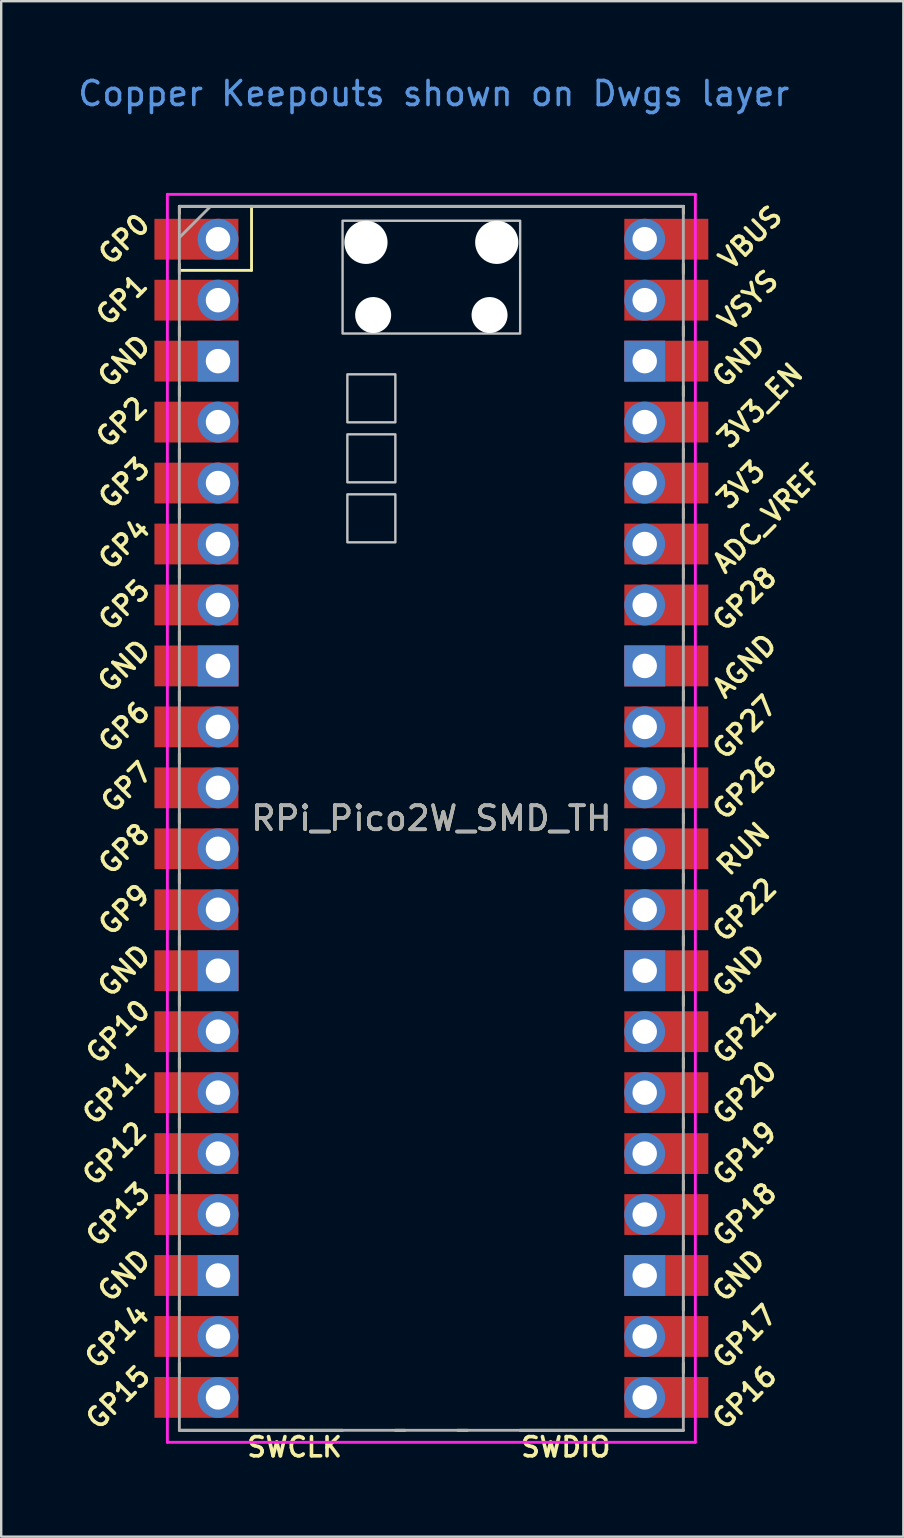
<source format=kicad_pcb>
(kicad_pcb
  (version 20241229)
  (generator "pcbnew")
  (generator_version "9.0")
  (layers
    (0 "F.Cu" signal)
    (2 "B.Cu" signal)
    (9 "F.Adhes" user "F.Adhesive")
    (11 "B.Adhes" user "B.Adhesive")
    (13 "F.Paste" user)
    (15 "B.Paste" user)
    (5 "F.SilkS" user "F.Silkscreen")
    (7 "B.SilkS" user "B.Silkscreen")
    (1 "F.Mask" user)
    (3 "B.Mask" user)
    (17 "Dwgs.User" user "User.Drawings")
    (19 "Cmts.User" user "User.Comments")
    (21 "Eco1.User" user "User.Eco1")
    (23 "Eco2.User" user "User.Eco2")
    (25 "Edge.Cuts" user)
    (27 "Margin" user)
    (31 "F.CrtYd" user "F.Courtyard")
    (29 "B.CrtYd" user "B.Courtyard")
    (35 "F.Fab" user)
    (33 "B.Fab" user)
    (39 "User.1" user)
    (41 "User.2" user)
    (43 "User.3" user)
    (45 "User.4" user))
  (footprint "RPi_Pico2W_SMD_TH"
    (layer "F.Cu")
    (at 14.924 31.048)
    (property "Reference" "RPi_Pico2W_SMD_TH" (at 0 0 0) (layer "F.SilkS") (effects (font (size 1 1) (thickness 0.15))))
    (attr through_hole)
    (fp_line (start -10.5 -25.5) (end -10.5 -25.2) (stroke (width 0.12) (type solid)) (layer "F.SilkS"))
    (fp_line (start -10.5 -25.5) (end 10.5 -25.5) (stroke (width 0.12) (type solid)) (layer "F.SilkS"))
    (fp_line (start -10.5 -23.1) (end -10.5 -22.7) (stroke (width 0.12) (type solid)) (layer "F.SilkS"))
    (fp_line (start -10.5 -22.833) (end -7.493 -22.833) (stroke (width 0.12) (type solid)) (layer "F.SilkS"))
    (fp_line (start -10.5 -20.5) (end -10.5 -20.1) (stroke (width 0.12) (type solid)) (layer "F.SilkS"))
    (fp_line (start -10.5 -18) (end -10.5 -17.6) (stroke (width 0.12) (type solid)) (layer "F.SilkS"))
    (fp_line (start -10.5 -15.4) (end -10.5 -15) (stroke (width 0.12) (type solid)) (layer "F.SilkS"))
    (fp_line (start -10.5 -12.9) (end -10.5 -12.5) (stroke (width 0.12) (type solid)) (layer "F.SilkS"))
    (fp_line (start -10.5 -10.4) (end -10.5 -10) (stroke (width 0.12) (type solid)) (layer "F.SilkS"))
    (fp_line (start -10.5 -7.8) (end -10.5 -7.4) (stroke (width 0.12) (type solid)) (layer "F.SilkS"))
    (fp_line (start -10.5 -5.3) (end -10.5 -4.9) (stroke (width 0.12) (type solid)) (layer "F.SilkS"))
    (fp_line (start -10.5 -2.7) (end -10.5 -2.3) (stroke (width 0.12) (type solid)) (layer "F.SilkS"))
    (fp_line (start -10.5 -0.2) (end -10.5 0.2) (stroke (width 0.12) (type solid)) (layer "F.SilkS"))
    (fp_line (start -10.5 2.3) (end -10.5 2.7) (stroke (width 0.12) (type solid)) (layer "F.SilkS"))
    (fp_line (start -10.5 4.9) (end -10.5 5.3) (stroke (width 0.12) (type solid)) (layer "F.SilkS"))
    (fp_line (start -10.5 7.4) (end -10.5 7.8) (stroke (width 0.12) (type solid)) (layer "F.SilkS"))
    (fp_line (start -10.5 10) (end -10.5 10.4) (stroke (width 0.12) (type solid)) (layer "F.SilkS"))
    (fp_line (start -10.5 12.5) (end -10.5 12.9) (stroke (width 0.12) (type solid)) (layer "F.SilkS"))
    (fp_line (start -10.5 15.1) (end -10.5 15.5) (stroke (width 0.12) (type solid)) (layer "F.SilkS"))
    (fp_line (start -10.5 17.6) (end -10.5 18) (stroke (width 0.12) (type solid)) (layer "F.SilkS"))
    (fp_line (start -10.5 20.1) (end -10.5 20.5) (stroke (width 0.12) (type solid)) (layer "F.SilkS"))
    (fp_line (start -10.5 22.7) (end -10.5 23.1) (stroke (width 0.12) (type solid)) (layer "F.SilkS"))
    (fp_line (start -7.493 -22.833) (end -7.493 -25.5) (stroke (width 0.12) (type solid)) (layer "F.SilkS"))
    (fp_line (start -3.7 25.5) (end -10.5 25.5) (stroke (width 0.12) (type solid)) (layer "F.SilkS"))
    (fp_line (start -1.5 25.5) (end -1.1 25.5) (stroke (width 0.12) (type solid)) (layer "F.SilkS"))
    (fp_line (start 1.1 25.5) (end 1.5 25.5) (stroke (width 0.12) (type solid)) (layer "F.SilkS"))
    (fp_line (start 10.5 -25.5) (end 10.5 -25.2) (stroke (width 0.12) (type solid)) (layer "F.SilkS"))
    (fp_line (start 10.5 -23.1) (end 10.5 -22.7) (stroke (width 0.12) (type solid)) (layer "F.SilkS"))
    (fp_line (start 10.5 -20.5) (end 10.5 -20.1) (stroke (width 0.12) (type solid)) (layer "F.SilkS"))
    (fp_line (start 10.5 -18) (end 10.5 -17.6) (stroke (width 0.12) (type solid)) (layer "F.SilkS"))
    (fp_line (start 10.5 -15.4) (end 10.5 -15) (stroke (width 0.12) (type solid)) (layer "F.SilkS"))
    (fp_line (start 10.5 -12.9) (end 10.5 -12.5) (stroke (width 0.12) (type solid)) (layer "F.SilkS"))
    (fp_line (start 10.5 -10.4) (end 10.5 -10) (stroke (width 0.12) (type solid)) (layer "F.SilkS"))
    (fp_line (start 10.5 -7.8) (end 10.5 -7.4) (stroke (width 0.12) (type solid)) (layer "F.SilkS"))
    (fp_line (start 10.5 -5.3) (end 10.5 -4.9) (stroke (width 0.12) (type solid)) (layer "F.SilkS"))
    (fp_line (start 10.5 -2.7) (end 10.5 -2.3) (stroke (width 0.12) (type solid)) (layer "F.SilkS"))
    (fp_line (start 10.5 -0.2) (end 10.5 0.2) (stroke (width 0.12) (type solid)) (layer "F.SilkS"))
    (fp_line (start 10.5 2.3) (end 10.5 2.7) (stroke (width 0.12) (type solid)) (layer "F.SilkS"))
    (fp_line (start 10.5 4.9) (end 10.5 5.3) (stroke (width 0.12) (type solid)) (layer "F.SilkS"))
    (fp_line (start 10.5 7.4) (end 10.5 7.8) (stroke (width 0.12) (type solid)) (layer "F.SilkS"))
    (fp_line (start 10.5 10) (end 10.5 10.4) (stroke (width 0.12) (type solid)) (layer "F.SilkS"))
    (fp_line (start 10.5 12.5) (end 10.5 12.9) (stroke (width 0.12) (type solid)) (layer "F.SilkS"))
    (fp_line (start 10.5 15.1) (end 10.5 15.5) (stroke (width 0.12) (type solid)) (layer "F.SilkS"))
    (fp_line (start 10.5 17.6) (end 10.5 18) (stroke (width 0.12) (type solid)) (layer "F.SilkS"))
    (fp_line (start 10.5 20.1) (end 10.5 20.5) (stroke (width 0.12) (type solid)) (layer "F.SilkS"))
    (fp_line (start 10.5 22.7) (end 10.5 23.1) (stroke (width 0.12) (type solid)) (layer "F.SilkS"))
    (fp_line (start 10.5 25.5) (end 3.7 25.5) (stroke (width 0.12) (type solid)) (layer "F.SilkS"))
    (fp_poly (pts (xy -1.5 -16.5) (xy -3.5 -16.5) (xy -3.5 -18.5) (xy -1.5 -18.5)) (stroke (width 0.1) (type solid)) (fill no) (layer "Dwgs.User"))
    (fp_poly (pts (xy -1.5 -14) (xy -3.5 -14) (xy -3.5 -16) (xy -1.5 -16)) (stroke (width 0.1) (type solid)) (fill no) (layer "Dwgs.User"))
    (fp_poly (pts (xy -1.5 -11.5) (xy -3.5 -11.5) (xy -3.5 -13.5) (xy -1.5 -13.5)) (stroke (width 0.1) (type solid)) (fill no) (layer "Dwgs.User"))
    (fp_poly (pts (xy 3.7 -20.2) (xy -3.7 -20.2) (xy -3.7 -24.9) (xy 3.7 -24.9)) (stroke (width 0.1) (type solid)) (fill no) (layer "Dwgs.User"))
    (fp_line (start -11 -26) (end 11 -26) (stroke (width 0.12) (type solid)) (layer "F.CrtYd"))
    (fp_line (start -11 26) (end -11 -26) (stroke (width 0.12) (type solid)) (layer "F.CrtYd"))
    (fp_line (start 11 -26) (end 11 26) (stroke (width 0.12) (type solid)) (layer "F.CrtYd"))
    (fp_line (start 11 26) (end -11 26) (stroke (width 0.12) (type solid)) (layer "F.CrtYd"))
    (fp_line (start -10.5 -25.5) (end 10.5 -25.5) (stroke (width 0.12) (type solid)) (layer "F.Fab"))
    (fp_line (start -10.5 -24.2) (end -9.2 -25.5) (stroke (width 0.12) (type solid)) (layer "F.Fab"))
    (fp_line (start -10.5 25.5) (end -10.5 -25.5) (stroke (width 0.12) (type solid)) (layer "F.Fab"))
    (fp_line (start 10.5 -25.5) (end 10.5 25.5) (stroke (width 0.12) (type solid)) (layer "F.Fab"))
    (fp_line (start 10.5 25.5) (end -10.5 25.5) (stroke (width 0.12) (type solid)) (layer "F.Fab"))
    (fp_text user "GP11" (at -13.2 11.43 45) (layer "F.SilkS") (effects (font (size 0.8 0.8) (thickness 0.15))))
    (fp_text user "GP3" (at -12.8 -13.97 45) (layer "F.SilkS") (effects (font (size 0.8 0.8) (thickness 0.15))))
    (fp_text user "GP5" (at -12.8 -8.89 45) (layer "F.SilkS") (effects (font (size 0.8 0.8) (thickness 0.15))))
    (fp_text user "GP15" (at -13.054 24.13 45) (layer "F.SilkS") (effects (font (size 0.8 0.8) (thickness 0.15))))
    (fp_text user "SWDIO" (at 5.6 26.2 0) (layer "F.SilkS") (effects (font (size 0.8 0.8) (thickness 0.15))))
    (fp_text user "GP0" (at -12.8 -24.13 45) (layer "F.SilkS") (effects (font (size 0.8 0.8) (thickness 0.15))))
    (fp_text user "GND" (at 12.8 6.35 45) (layer "F.SilkS") (effects (font (size 0.8 0.8) (thickness 0.15))))
    (fp_text user "GND" (at -12.8 6.35 45) (layer "F.SilkS") (effects (font (size 0.8 0.8) (thickness 0.15))))
    (fp_text user "GP13" (at -13.054 16.51 45) (layer "F.SilkS") (effects (font (size 0.8 0.8) (thickness 0.15))))
    (fp_text user "GND" (at -12.8 19.05 45) (layer "F.SilkS") (effects (font (size 0.8 0.8) (thickness 0.15))))
    (fp_text user "GP28" (at 13.054 -9.144 45) (layer "F.SilkS") (effects (font (size 0.8 0.8) (thickness 0.15))))
    (fp_text user "GP9" (at -12.8 3.81 45) (layer "F.SilkS") (effects (font (size 0.8 0.8) (thickness 0.15))))
    (fp_text user "3V3" (at 12.9 -13.9 45) (layer "F.SilkS") (effects (font (size 0.8 0.8) (thickness 0.15))))
    (fp_text user "RUN" (at 13 1.27 45) (layer "F.SilkS") (effects (font (size 0.8 0.8) (thickness 0.15))))
    (fp_text user "GP19" (at 13.054 13.97 45) (layer "F.SilkS") (effects (font (size 0.8 0.8) (thickness 0.15))))
    (fp_text user "SWCLK" (at -5.7 26.2 0) (layer "F.SilkS") (effects (font (size 0.8 0.8) (thickness 0.15))))
    (fp_text user "GP26" (at 13.054 -1.27 45) (layer "F.SilkS") (effects (font (size 0.8 0.8) (thickness 0.15))))
    (fp_text user "GP6" (at -12.8 -3.81 45) (layer "F.SilkS") (effects (font (size 0.8 0.8) (thickness 0.15))))
    (fp_text user "GP8" (at -12.8 1.27 45) (layer "F.SilkS") (effects (font (size 0.8 0.8) (thickness 0.15))))
    (fp_text user "GND" (at -12.8 -6.35 45) (layer "F.SilkS") (effects (font (size 0.8 0.8) (thickness 0.15))))
    (fp_text user "GP1" (at -12.9 -21.6 45) (layer "F.SilkS") (effects (font (size 0.8 0.8) (thickness 0.15))))
    (fp_text user "GP10" (at -13.054 8.89 45) (layer "F.SilkS") (effects (font (size 0.8 0.8) (thickness 0.15))))
    (fp_text user "3V3_EN" (at 13.7 -17.2 45) (layer "F.SilkS") (effects (font (size 0.8 0.8) (thickness 0.15))))
    (fp_text user "ADC_VREF" (at 14 -12.5 45) (layer "F.SilkS") (effects (font (size 0.8 0.8) (thickness 0.15))))
    (fp_text user "GP17" (at 13.054 21.59 45) (layer "F.SilkS") (effects (font (size 0.8 0.8) (thickness 0.15))))
    (fp_text user "GP18" (at 13.054 16.51 45) (layer "F.SilkS") (effects (font (size 0.8 0.8) (thickness 0.15))))
    (fp_text user "GP21" (at 13.054 8.9 45) (layer "F.SilkS") (effects (font (size 0.8 0.8) (thickness 0.15))))
    (fp_text user "GP2" (at -12.9 -16.51 45) (layer "F.SilkS") (effects (font (size 0.8 0.8) (thickness 0.15))))
    (fp_text user "GP22" (at 13.054 3.81 45) (layer "F.SilkS") (effects (font (size 0.8 0.8) (thickness 0.15))))
    (fp_text user "VSYS" (at 13.2 -21.59 45) (layer "F.SilkS") (effects (font (size 0.8 0.8) (thickness 0.15))))
    (fp_text user "GP12" (at -13.2 13.97 45) (layer "F.SilkS") (effects (font (size 0.8 0.8) (thickness 0.15))))
    (fp_text user "GP7" (at -12.7 -1.3 45) (layer "F.SilkS") (effects (font (size 0.8 0.8) (thickness 0.15))))
    (fp_text user "GP16" (at 13.054 24.13 45) (layer "F.SilkS") (effects (font (size 0.8 0.8) (thickness 0.15))))
    (fp_text user "AGND" (at 13.054 -6.35 45) (layer "F.SilkS") (effects (font (size 0.8 0.8) (thickness 0.15))))
    (fp_text user "VBUS" (at 13.3 -24.2 45) (layer "F.SilkS") (effects (font (size 0.8 0.8) (thickness 0.15))))
    (fp_text user "GP20" (at 13.054 11.43 45) (layer "F.SilkS") (effects (font (size 0.8 0.8) (thickness 0.15))))
    (fp_text user "GND" (at -12.8 -19.05 45) (layer "F.SilkS") (effects (font (size 0.8 0.8) (thickness 0.15))))
    (fp_text user "GND" (at 12.8 -19.05 45) (layer "F.SilkS") (effects (font (size 0.8 0.8) (thickness 0.15))))
    (fp_text user "GP27" (at 13.054 -3.8 45) (layer "F.SilkS") (effects (font (size 0.8 0.8) (thickness 0.15))))
    (fp_text user "GP14" (at -13.1 21.59 45) (layer "F.SilkS") (effects (font (size 0.8 0.8) (thickness 0.15))))
    (fp_text user "GND" (at 12.8 19.05 45) (layer "F.SilkS") (effects (font (size 0.8 0.8) (thickness 0.15))))
    (fp_text user "GP4" (at -12.8 -11.43 45) (layer "F.SilkS") (effects (font (size 0.8 0.8) (thickness 0.15))))
    (fp_text user "Copper Keepouts shown on Dwgs layer" (at 0.1 -30.2 0) (layer "Cmts.User") (effects (font (size 1 1) (thickness 0.15))))
    (fp_text user "${REFERENCE}" (at 0 0 180) (layer "F.Fab") (effects (font (size 1 1) (thickness 0.15))))
    (pad "" np_thru_hole oval (at -2.725 -24) (size 1.8 1.8) (drill 1.8) (layers "*.Cu" "*.Mask"))
    (pad "" np_thru_hole oval (at -2.425 -20.97) (size 1.5 1.5) (drill 1.5) (layers "*.Cu" "*.Mask"))
    (pad "" np_thru_hole oval (at 2.425 -20.97) (size 1.5 1.5) (drill 1.5) (layers "*.Cu" "*.Mask"))
    (pad "" np_thru_hole oval (at 2.725 -24) (size 1.8 1.8) (drill 1.8) (layers "*.Cu" "*.Mask"))
    (pad "1" thru_hole oval (at -8.89 -24.13) (size 1.7 1.7) (drill 1.02) (layers "*.Cu" "*.Mask"))
    (pad "1" smd rect (at -8.89 -24.13) (size 3.5 1.7) (drill (offset -0.9 0)) (layers "F.Cu" "F.Mask"))
    (pad "2" thru_hole oval (at -8.89 -21.59) (size 1.7 1.7) (drill 1.02) (layers "*.Cu" "*.Mask"))
    (pad "2" smd rect (at -8.89 -21.59) (size 3.5 1.7) (drill (offset -0.9 0)) (layers "F.Cu" "F.Mask"))
    (pad "3" thru_hole rect (at -8.89 -19.05) (size 1.7 1.7) (drill 1.02) (layers "*.Cu" "*.Mask"))
    (pad "3" smd rect (at -8.89 -19.05) (size 3.5 1.7) (drill (offset -0.9 0)) (layers "F.Cu" "F.Mask"))
    (pad "4" thru_hole oval (at -8.89 -16.51) (size 1.7 1.7) (drill 1.02) (layers "*.Cu" "*.Mask"))
    (pad "4" smd rect (at -8.89 -16.51) (size 3.5 1.7) (drill (offset -0.9 0)) (layers "F.Cu" "F.Mask"))
    (pad "5" thru_hole oval (at -8.89 -13.97) (size 1.7 1.7) (drill 1.02) (layers "*.Cu" "*.Mask"))
    (pad "5" smd rect (at -8.89 -13.97) (size 3.5 1.7) (drill (offset -0.9 0)) (layers "F.Cu" "F.Mask"))
    (pad "6" thru_hole oval (at -8.89 -11.43) (size 1.7 1.7) (drill 1.02) (layers "*.Cu" "*.Mask"))
    (pad "6" smd rect (at -8.89 -11.43) (size 3.5 1.7) (drill (offset -0.9 0)) (layers "F.Cu" "F.Mask"))
    (pad "7" thru_hole oval (at -8.89 -8.89) (size 1.7 1.7) (drill 1.02) (layers "*.Cu" "*.Mask"))
    (pad "7" smd rect (at -8.89 -8.89) (size 3.5 1.7) (drill (offset -0.9 0)) (layers "F.Cu" "F.Mask"))
    (pad "8" thru_hole rect (at -8.89 -6.35) (size 1.7 1.7) (drill 1.02) (layers "*.Cu" "*.Mask"))
    (pad "8" smd rect (at -8.89 -6.35) (size 3.5 1.7) (drill (offset -0.9 0)) (layers "F.Cu" "F.Mask"))
    (pad "9" thru_hole oval (at -8.89 -3.81) (size 1.7 1.7) (drill 1.02) (layers "*.Cu" "*.Mask"))
    (pad "9" smd rect (at -8.89 -3.81) (size 3.5 1.7) (drill (offset -0.9 0)) (layers "F.Cu" "F.Mask"))
    (pad "10" thru_hole oval (at -8.89 -1.27) (size 1.7 1.7) (drill 1.02) (layers "*.Cu" "*.Mask"))
    (pad "10" smd rect (at -8.89 -1.27) (size 3.5 1.7) (drill (offset -0.9 0)) (layers "F.Cu" "F.Mask"))
    (pad "11" thru_hole oval (at -8.89 1.27) (size 1.7 1.7) (drill 1.02) (layers "*.Cu" "*.Mask"))
    (pad "11" smd rect (at -8.89 1.27) (size 3.5 1.7) (drill (offset -0.9 0)) (layers "F.Cu" "F.Mask"))
    (pad "12" thru_hole oval (at -8.89 3.81) (size 1.7 1.7) (drill 1.02) (layers "*.Cu" "*.Mask"))
    (pad "12" smd rect (at -8.89 3.81) (size 3.5 1.7) (drill (offset -0.9 0)) (layers "F.Cu" "F.Mask"))
    (pad "13" thru_hole rect (at -8.89 6.35) (size 1.7 1.7) (drill 1.02) (layers "*.Cu" "*.Mask"))
    (pad "13" smd rect (at -8.89 6.35) (size 3.5 1.7) (drill (offset -0.9 0)) (layers "F.Cu" "F.Mask"))
    (pad "14" thru_hole oval (at -8.89 8.89) (size 1.7 1.7) (drill 1.02) (layers "*.Cu" "*.Mask"))
    (pad "14" smd rect (at -8.89 8.89) (size 3.5 1.7) (drill (offset -0.9 0)) (layers "F.Cu" "F.Mask"))
    (pad "15" thru_hole oval (at -8.89 11.43) (size 1.7 1.7) (drill 1.02) (layers "*.Cu" "*.Mask"))
    (pad "15" smd rect (at -8.89 11.43) (size 3.5 1.7) (drill (offset -0.9 0)) (layers "F.Cu" "F.Mask"))
    (pad "16" thru_hole oval (at -8.89 13.97) (size 1.7 1.7) (drill 1.02) (layers "*.Cu" "*.Mask"))
    (pad "16" smd rect (at -8.89 13.97) (size 3.5 1.7) (drill (offset -0.9 0)) (layers "F.Cu" "F.Mask"))
    (pad "17" thru_hole oval (at -8.89 16.51) (size 1.7 1.7) (drill 1.02) (layers "*.Cu" "*.Mask"))
    (pad "17" smd rect (at -8.89 16.51) (size 3.5 1.7) (drill (offset -0.9 0)) (layers "F.Cu" "F.Mask"))
    (pad "18" thru_hole rect (at -8.89 19.05) (size 1.7 1.7) (drill 1.02) (layers "*.Cu" "*.Mask"))
    (pad "18" smd rect (at -8.89 19.05) (size 3.5 1.7) (drill (offset -0.9 0)) (layers "F.Cu" "F.Mask"))
    (pad "19" thru_hole oval (at -8.89 21.59) (size 1.7 1.7) (drill 1.02) (layers "*.Cu" "*.Mask"))
    (pad "19" smd rect (at -8.89 21.59) (size 3.5 1.7) (drill (offset -0.9 0)) (layers "F.Cu" "F.Mask"))
    (pad "20" thru_hole oval (at -8.89 24.13) (size 1.7 1.7) (drill 1.02) (layers "*.Cu" "*.Mask"))
    (pad "20" smd rect (at -8.89 24.13) (size 3.5 1.7) (drill (offset -0.9 0)) (layers "F.Cu" "F.Mask"))
    (pad "21" thru_hole oval (at 8.89 24.13) (size 1.7 1.7) (drill 1.02) (layers "*.Cu" "*.Mask"))
    (pad "21" smd rect (at 8.89 24.13) (size 3.5 1.7) (drill (offset 0.9 0)) (layers "F.Cu" "F.Mask"))
    (pad "22" thru_hole oval (at 8.89 21.59) (size 1.7 1.7) (drill 1.02) (layers "*.Cu" "*.Mask"))
    (pad "22" smd rect (at 8.89 21.59) (size 3.5 1.7) (drill (offset 0.9 0)) (layers "F.Cu" "F.Mask"))
    (pad "23" thru_hole rect (at 8.89 19.05) (size 1.7 1.7) (drill 1.02) (layers "*.Cu" "*.Mask"))
    (pad "23" smd rect (at 8.89 19.05) (size 3.5 1.7) (drill (offset 0.9 0)) (layers "F.Cu" "F.Mask"))
    (pad "24" thru_hole oval (at 8.89 16.51) (size 1.7 1.7) (drill 1.02) (layers "*.Cu" "*.Mask"))
    (pad "24" smd rect (at 8.89 16.51) (size 3.5 1.7) (drill (offset 0.9 0)) (layers "F.Cu" "F.Mask"))
    (pad "25" thru_hole oval (at 8.89 13.97) (size 1.7 1.7) (drill 1.02) (layers "*.Cu" "*.Mask"))
    (pad "25" smd rect (at 8.89 13.97) (size 3.5 1.7) (drill (offset 0.9 0)) (layers "F.Cu" "F.Mask"))
    (pad "26" thru_hole oval (at 8.89 11.43) (size 1.7 1.7) (drill 1.02) (layers "*.Cu" "*.Mask"))
    (pad "26" smd rect (at 8.89 11.43) (size 3.5 1.7) (drill (offset 0.9 0)) (layers "F.Cu" "F.Mask"))
    (pad "27" thru_hole oval (at 8.89 8.89) (size 1.7 1.7) (drill 1.02) (layers "*.Cu" "*.Mask"))
    (pad "27" smd rect (at 8.89 8.89) (size 3.5 1.7) (drill (offset 0.9 0)) (layers "F.Cu" "F.Mask"))
    (pad "28" thru_hole rect (at 8.89 6.35) (size 1.7 1.7) (drill 1.02) (layers "*.Cu" "*.Mask"))
    (pad "28" smd rect (at 8.89 6.35) (size 3.5 1.7) (drill (offset 0.9 0)) (layers "F.Cu" "F.Mask"))
    (pad "29" thru_hole oval (at 8.89 3.81) (size 1.7 1.7) (drill 1.02) (layers "*.Cu" "*.Mask"))
    (pad "29" smd rect (at 8.89 3.81) (size 3.5 1.7) (drill (offset 0.9 0)) (layers "F.Cu" "F.Mask"))
    (pad "30" thru_hole oval (at 8.89 1.27) (size 1.7 1.7) (drill 1.02) (layers "*.Cu" "*.Mask"))
    (pad "30" smd rect (at 8.89 1.27) (size 3.5 1.7) (drill (offset 0.9 0)) (layers "F.Cu" "F.Mask"))
    (pad "31" thru_hole oval (at 8.89 -1.27) (size 1.7 1.7) (drill 1.02) (layers "*.Cu" "*.Mask"))
    (pad "31" smd rect (at 8.89 -1.27) (size 3.5 1.7) (drill (offset 0.9 0)) (layers "F.Cu" "F.Mask"))
    (pad "32" thru_hole oval (at 8.89 -3.81) (size 1.7 1.7) (drill 1.02) (layers "*.Cu" "*.Mask"))
    (pad "32" smd rect (at 8.89 -3.81) (size 3.5 1.7) (drill (offset 0.9 0)) (layers "F.Cu" "F.Mask"))
    (pad "33" thru_hole rect (at 8.89 -6.35) (size 1.7 1.7) (drill 1.02) (layers "*.Cu" "*.Mask"))
    (pad "33" smd rect (at 8.89 -6.35) (size 3.5 1.7) (drill (offset 0.9 0)) (layers "F.Cu" "F.Mask"))
    (pad "34" thru_hole oval (at 8.89 -8.89) (size 1.7 1.7) (drill 1.02) (layers "*.Cu" "*.Mask"))
    (pad "34" smd rect (at 8.89 -8.89) (size 3.5 1.7) (drill (offset 0.9 0)) (layers "F.Cu" "F.Mask"))
    (pad "35" thru_hole oval (at 8.89 -11.43) (size 1.7 1.7) (drill 1.02) (layers "*.Cu" "*.Mask"))
    (pad "35" smd rect (at 8.89 -11.43) (size 3.5 1.7) (drill (offset 0.9 0)) (layers "F.Cu" "F.Mask"))
    (pad "36" thru_hole oval (at 8.89 -13.97) (size 1.7 1.7) (drill 1.02) (layers "*.Cu" "*.Mask"))
    (pad "36" smd rect (at 8.89 -13.97) (size 3.5 1.7) (drill (offset 0.9 0)) (layers "F.Cu" "F.Mask"))
    (pad "37" thru_hole oval (at 8.89 -16.51) (size 1.7 1.7) (drill 1.02) (layers "*.Cu" "*.Mask"))
    (pad "37" smd rect (at 8.89 -16.51) (size 3.5 1.7) (drill (offset 0.9 0)) (layers "F.Cu" "F.Mask"))
    (pad "38" thru_hole rect (at 8.89 -19.05) (size 1.7 1.7) (drill 1.02) (layers "*.Cu" "*.Mask"))
    (pad "38" smd rect (at 8.89 -19.05) (size 3.5 1.7) (drill (offset 0.9 0)) (layers "F.Cu" "F.Mask"))
    (pad "39" thru_hole oval (at 8.89 -21.59) (size 1.7 1.7) (drill 1.02) (layers "*.Cu" "*.Mask"))
    (pad "39" smd rect (at 8.89 -21.59) (size 3.5 1.7) (drill (offset 0.9 0)) (layers "F.Cu" "F.Mask"))
    (pad "40" thru_hole oval (at 8.89 -24.13) (size 1.7 1.7) (drill 1.02) (layers "*.Cu" "*.Mask"))
    (pad "40" smd rect (at 8.89 -24.13) (size 3.5 1.7) (drill (offset 0.9 0)) (layers "F.Cu" "F.Mask"))
    (zone (net_name "") (layer "F.Cu") (hatch edge 0.5) (connect_pads) (min_thickness 0.25) (filled_areas_thickness no) (keepout (tracks not_allowed) (vias not_allowed) (pads not_allowed) (copperpour not_allowed) (footprints allowed)) (placement (enabled no)) (fill) (polygon (pts (xy 22.424 35.048) (xy 15.124 35.048) (xy 15.124 38.048) (xy 22.424 37.948)))))
  (gr_rect
    (start -3 -3)
    (end 34.591 60.98)
    (stroke (width 0.1) (type default))
    (fill no)
    (layer "Edge.Cuts")))
</source>
